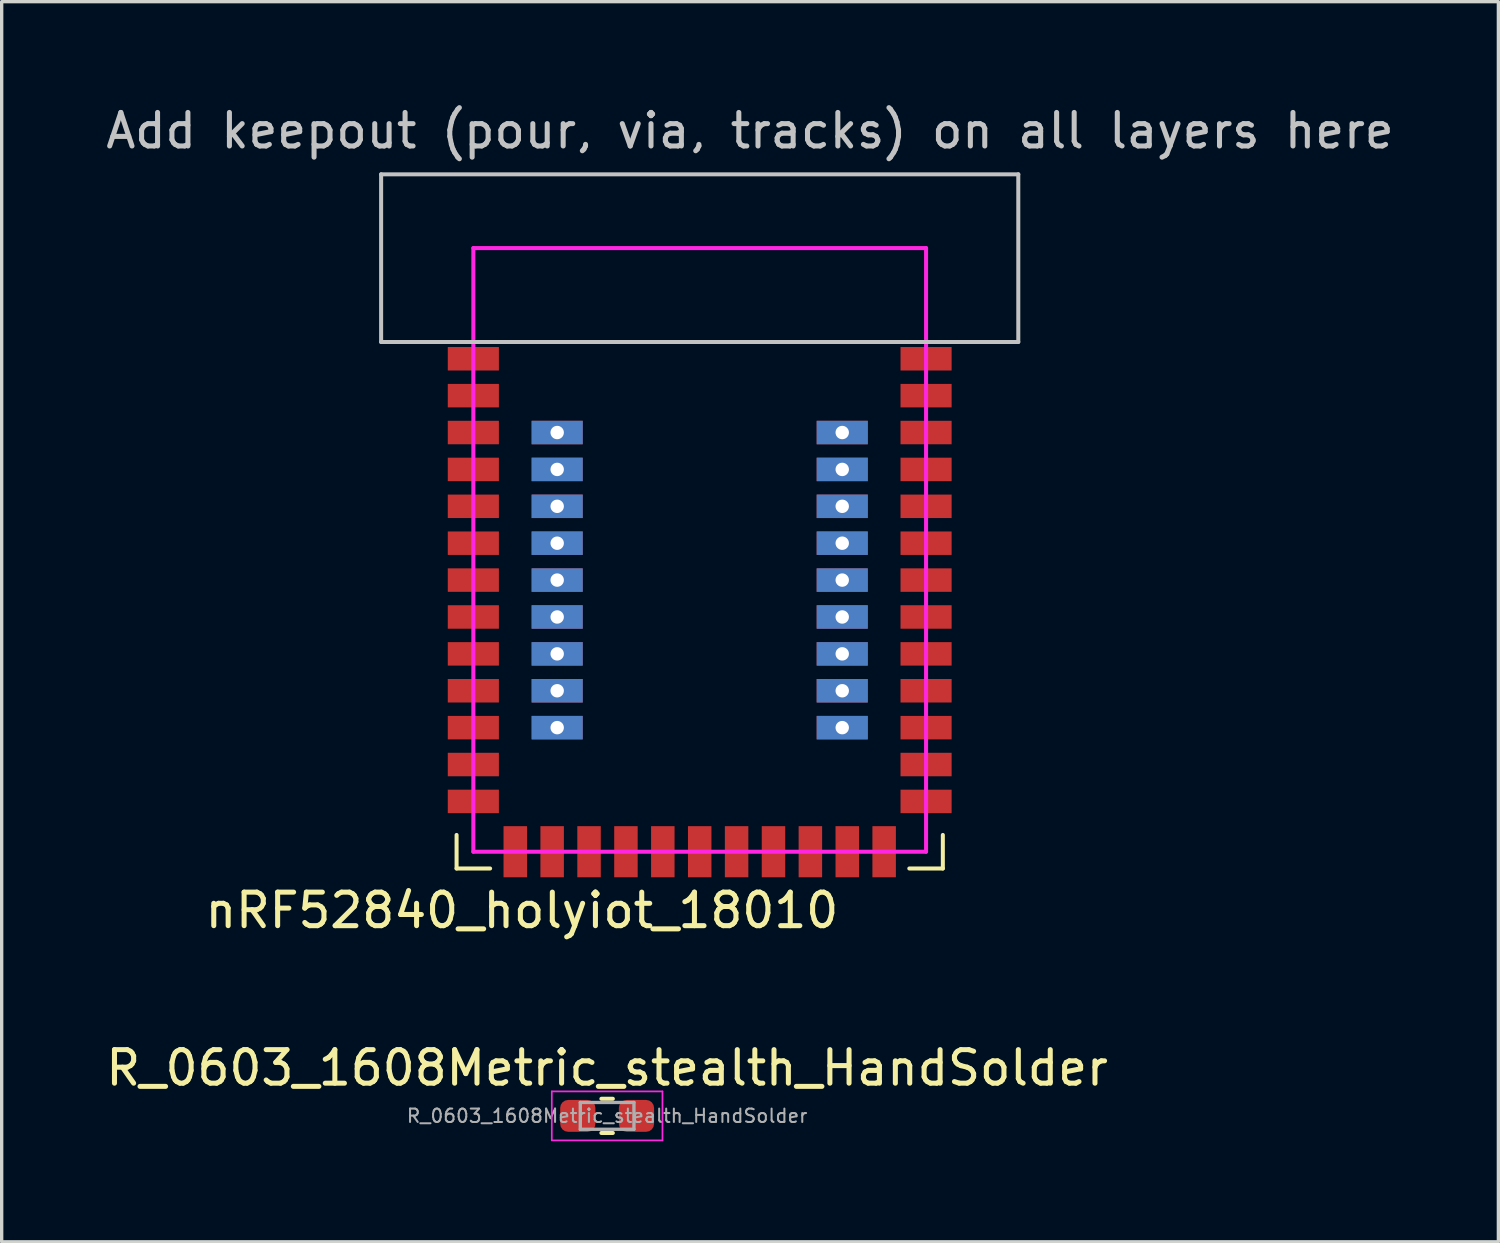
<source format=kicad_pcb>
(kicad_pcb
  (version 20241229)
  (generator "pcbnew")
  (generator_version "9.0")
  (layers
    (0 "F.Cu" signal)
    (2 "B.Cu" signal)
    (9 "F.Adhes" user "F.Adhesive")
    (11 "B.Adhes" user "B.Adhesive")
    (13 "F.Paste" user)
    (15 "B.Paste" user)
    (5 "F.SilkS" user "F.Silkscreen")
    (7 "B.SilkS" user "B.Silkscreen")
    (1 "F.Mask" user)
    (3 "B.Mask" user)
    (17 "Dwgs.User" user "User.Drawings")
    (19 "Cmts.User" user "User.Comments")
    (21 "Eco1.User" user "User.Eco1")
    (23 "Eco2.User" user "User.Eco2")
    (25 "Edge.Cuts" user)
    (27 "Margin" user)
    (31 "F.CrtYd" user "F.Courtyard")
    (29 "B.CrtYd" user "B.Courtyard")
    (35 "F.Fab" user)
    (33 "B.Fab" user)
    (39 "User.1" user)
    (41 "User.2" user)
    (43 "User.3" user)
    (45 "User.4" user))
  (footprint "nRF52840_holyiot_18010"
    (layer "F.Cu")
    (at 17.815 13.348)
    (property "Reference" "nRF52840_holyiot_18010" (at -5.3 10.75 0) (layer "F.SilkS") (effects (font (size 1 1) (thickness 0.15))))
    (attr through_hole)
    (fp_line (start -7.25 8.5) (end -7.25 9.5) (stroke (width 0.12) (type solid)) (layer "F.SilkS"))
    (fp_line (start -6.25 9.5) (end -7.25 9.5) (stroke (width 0.12) (type solid)) (layer "F.SilkS"))
    (fp_line (start 6.25 9.5) (end 7.25 9.5) (stroke (width 0.12) (type solid)) (layer "F.SilkS"))
    (fp_line (start 7.25 8.5) (end 7.25 9.5) (stroke (width 0.12) (type solid)) (layer "F.SilkS"))
    (fp_line (start -9.5 -11.2) (end 9.5 -11.2) (stroke (width 0.12) (type solid)) (layer "Dwgs.User"))
    (fp_line (start -9.5 -6.2) (end -9.5 -11.2) (stroke (width 0.12) (type solid)) (layer "Dwgs.User"))
    (fp_line (start 9.5 -11.2) (end 9.5 -6.2) (stroke (width 0.12) (type solid)) (layer "Dwgs.User"))
    (fp_line (start 9.5 -6.2) (end -9.5 -6.2) (stroke (width 0.12) (type solid)) (layer "Dwgs.User"))
    (fp_line (start -6.75 -9) (end 6.75 -9) (stroke (width 0.12) (type solid)) (layer "F.CrtYd"))
    (fp_line (start -6.75 9) (end -6.75 -9) (stroke (width 0.12) (type solid)) (layer "F.CrtYd"))
    (fp_line (start 6.75 -9) (end 6.75 9) (stroke (width 0.12) (type solid)) (layer "F.CrtYd"))
    (fp_line (start 6.75 9) (end -6.75 9) (stroke (width 0.12) (type solid)) (layer "F.CrtYd"))
    (fp_text user "Add keepout (pour, via, tracks) on all layers here" (at 1.5 -12.5 0) (layer "Dwgs.User") (effects (font (size 1 1) (thickness 0.15))))
    (pad "1" smd rect (at -6.75 -5.7) (size 1.524 0.7) (layers "F.Cu" "F.Mask" "F.Paste"))
    (pad "2" smd rect (at -6.75 -4.6) (size 1.524 0.7) (layers "F.Cu" "F.Mask" "F.Paste"))
    (pad "3" smd rect (at -6.75 -3.5) (size 1.524 0.7) (layers "F.Cu" "F.Mask" "F.Paste"))
    (pad "4" smd rect (at -6.75 -2.4) (size 1.524 0.7) (layers "F.Cu" "F.Mask" "F.Paste"))
    (pad "5" smd rect (at -6.75 -1.3) (size 1.524 0.7) (layers "F.Cu" "F.Mask" "F.Paste"))
    (pad "6" smd rect (at -6.75 -0.2) (size 1.524 0.7) (layers "F.Cu" "F.Mask" "F.Paste"))
    (pad "7" smd rect (at -6.75 0.9) (size 1.524 0.7) (layers "F.Cu" "F.Mask" "F.Paste"))
    (pad "8" smd rect (at -6.75 2) (size 1.524 0.7) (layers "F.Cu" "F.Mask" "F.Paste"))
    (pad "9" smd rect (at -6.75 3.1) (size 1.524 0.7) (layers "F.Cu" "F.Mask" "F.Paste"))
    (pad "10" smd rect (at -6.75 4.2) (size 1.524 0.7) (layers "F.Cu" "F.Mask" "F.Paste"))
    (pad "11" smd rect (at -6.75 5.3) (size 1.524 0.7) (layers "F.Cu" "F.Mask" "F.Paste"))
    (pad "12" smd rect (at -6.75 6.4) (size 1.524 0.7) (layers "F.Cu" "F.Mask" "F.Paste"))
    (pad "13" smd rect (at -6.75 7.5) (size 1.524 0.7) (layers "F.Cu" "F.Mask" "F.Paste"))
    (pad "14" smd rect (at -5.5 9 90) (size 1.524 0.7) (layers "F.Cu" "F.Mask" "F.Paste"))
    (pad "15" smd rect (at -4.4 9 90) (size 1.524 0.7) (layers "F.Cu" "F.Mask" "F.Paste"))
    (pad "16" smd rect (at -3.3 9 90) (size 1.524 0.7) (layers "F.Cu" "F.Mask" "F.Paste"))
    (pad "17" smd rect (at -2.2 9 90) (size 1.524 0.7) (layers "F.Cu" "F.Mask" "F.Paste"))
    (pad "18" smd rect (at -1.1 9 90) (size 1.524 0.7) (layers "F.Cu" "F.Mask" "F.Paste"))
    (pad "19" smd rect (at 0 9 90) (size 1.524 0.7) (layers "F.Cu" "F.Mask" "F.Paste"))
    (pad "20" smd rect (at 1.1 9 90) (size 1.524 0.7) (layers "F.Cu" "F.Mask" "F.Paste"))
    (pad "21" smd rect (at 2.2 9 90) (size 1.524 0.7) (layers "F.Cu" "F.Mask" "F.Paste"))
    (pad "22" smd rect (at 3.3 9 90) (size 1.524 0.7) (layers "F.Cu" "F.Mask" "F.Paste"))
    (pad "23" smd rect (at 4.4 9 90) (size 1.524 0.7) (layers "F.Cu" "F.Mask" "F.Paste"))
    (pad "24" smd rect (at 5.5 9 90) (size 1.524 0.7) (layers "F.Cu" "F.Mask" "F.Paste"))
    (pad "25" smd rect (at 6.75 7.5 180) (size 1.524 0.7) (layers "F.Cu" "F.Mask" "F.Paste"))
    (pad "26" smd rect (at 6.75 6.4 180) (size 1.524 0.7) (layers "F.Cu" "F.Mask" "F.Paste"))
    (pad "27" smd rect (at 6.75 5.3 180) (size 1.524 0.7) (layers "F.Cu" "F.Mask" "F.Paste"))
    (pad "28" smd rect (at 6.75 4.2 180) (size 1.524 0.7) (layers "F.Cu" "F.Mask" "F.Paste"))
    (pad "29" smd rect (at 6.75 3.1 180) (size 1.524 0.7) (layers "F.Cu" "F.Mask" "F.Paste"))
    (pad "30" smd rect (at 6.75 2 180) (size 1.524 0.7) (layers "F.Cu" "F.Mask" "F.Paste"))
    (pad "31" smd rect (at 6.75 0.9 180) (size 1.524 0.7) (layers "F.Cu" "F.Mask" "F.Paste"))
    (pad "32" smd rect (at 6.75 -0.2 180) (size 1.524 0.7) (layers "F.Cu" "F.Mask" "F.Paste"))
    (pad "33" smd rect (at 6.75 -1.3 180) (size 1.524 0.7) (layers "F.Cu" "F.Mask" "F.Paste"))
    (pad "34" smd rect (at 6.75 -2.4 180) (size 1.524 0.7) (layers "F.Cu" "F.Mask" "F.Paste"))
    (pad "35" smd rect (at 6.75 -3.5 180) (size 1.524 0.7) (layers "F.Cu" "F.Mask" "F.Paste"))
    (pad "36" smd rect (at 6.75 -4.6 180) (size 1.524 0.7) (layers "F.Cu" "F.Mask" "F.Paste"))
    (pad "37" smd rect (at 6.75 -5.7 180) (size 1.524 0.7) (layers "F.Cu" "F.Mask" "F.Paste"))
    (pad "38" thru_hole rect (at -4.25 -3.5 180) (size 1.524 0.7) (drill 0.4) (layers "*.Cu" "*.Mask"))
    (pad "39" thru_hole rect (at -4.25 -2.4 180) (size 1.524 0.7) (drill 0.4) (layers "*.Cu" "*.Mask"))
    (pad "40" thru_hole rect (at -4.25 -1.3 180) (size 1.524 0.7) (drill 0.4) (layers "*.Cu" "*.Mask"))
    (pad "41" thru_hole rect (at -4.25 -0.2 180) (size 1.524 0.7) (drill 0.4) (layers "*.Cu" "*.Mask"))
    (pad "42" thru_hole rect (at -4.25 0.9 180) (size 1.524 0.7) (drill 0.4) (layers "*.Cu" "*.Mask"))
    (pad "43" thru_hole rect (at -4.25 2 180) (size 1.524 0.7) (drill 0.4) (layers "*.Cu" "*.Mask"))
    (pad "44" thru_hole rect (at -4.25 3.1 180) (size 1.524 0.7) (drill 0.4) (layers "*.Cu" "*.Mask"))
    (pad "45" thru_hole rect (at -4.25 4.2 180) (size 1.524 0.7) (drill 0.4) (layers "*.Cu" "*.Mask"))
    (pad "46" thru_hole rect (at -4.25 5.3 180) (size 1.524 0.7) (drill 0.4) (layers "*.Cu" "*.Mask"))
    (pad "47" thru_hole rect (at 4.25 -3.5 180) (size 1.524 0.7) (drill 0.4) (layers "*.Cu" "*.Mask"))
    (pad "48" thru_hole rect (at 4.25 -2.4 180) (size 1.524 0.7) (drill 0.4) (layers "*.Cu" "*.Mask"))
    (pad "49" thru_hole rect (at 4.25 -1.3 180) (size 1.524 0.7) (drill 0.4) (layers "*.Cu" "*.Mask"))
    (pad "50" thru_hole rect (at 4.25 -0.2 180) (size 1.524 0.7) (drill 0.4) (layers "*.Cu" "*.Mask"))
    (pad "51" thru_hole rect (at 4.25 0.9 180) (size 1.524 0.7) (drill 0.4) (layers "*.Cu" "*.Mask"))
    (pad "52" thru_hole rect (at 4.25 2 180) (size 1.524 0.7) (drill 0.4) (layers "*.Cu" "*.Mask"))
    (pad "53" thru_hole rect (at 4.25 3.1 180) (size 1.524 0.7) (drill 0.4) (layers "*.Cu" "*.Mask"))
    (pad "54" thru_hole rect (at 4.25 4.2 180) (size 1.524 0.7) (drill 0.4) (layers "*.Cu" "*.Mask"))
    (pad "55" thru_hole rect (at 4.25 5.3 180) (size 1.524 0.7) (drill 0.4) (layers "*.Cu" "*.Mask")))
  (footprint "R_0603_1608Metric_stealth_HandSolder"
    (layer "F.Cu")
    (at 15.054 30.225)
    (property "Reference" "R_0603_1608Metric_stealth_HandSolder" (at 0 -1.43 0) (layer "F.SilkS") (effects (font (size 1 1) (thickness 0.15))))
    (attr smd)
    (fp_line (start -0.171 -0.51) (end 0.171 -0.51) (stroke (width 0.12) (type solid)) (layer "F.SilkS"))
    (fp_line (start -0.171 0.51) (end 0.171 0.51) (stroke (width 0.12) (type solid)) (layer "F.SilkS"))
    (fp_line (start -1.65 -0.73) (end 1.65 -0.73) (stroke (width 0.05) (type solid)) (layer "F.CrtYd"))
    (fp_line (start -1.65 0.73) (end -1.65 -0.73) (stroke (width 0.05) (type solid)) (layer "F.CrtYd"))
    (fp_line (start 1.65 -0.73) (end 1.65 0.73) (stroke (width 0.05) (type solid)) (layer "F.CrtYd"))
    (fp_line (start 1.65 0.73) (end -1.65 0.73) (stroke (width 0.05) (type solid)) (layer "F.CrtYd"))
    (fp_line (start -0.8 -0.4) (end 0.8 -0.4) (stroke (width 0.1) (type solid)) (layer "F.Fab"))
    (fp_line (start -0.8 0.4) (end -0.8 -0.4) (stroke (width 0.1) (type solid)) (layer "F.Fab"))
    (fp_line (start 0.8 -0.4) (end 0.8 0.4) (stroke (width 0.1) (type solid)) (layer "F.Fab"))
    (fp_line (start 0.8 0.4) (end -0.8 0.4) (stroke (width 0.1) (type solid)) (layer "F.Fab"))
    (fp_text user "${REFERENCE}" (at 0 0 0) (layer "F.Fab") (effects (font (size 0.4 0.4) (thickness 0.06))))
    (pad "1" smd roundrect (at -0.875 0) (size 1.05 0.95) (layers "F.Cu" "F.Mask" "F.Paste") (roundrect_rratio 0.25))
    (pad "2" smd roundrect (at 0.875 0) (size 1.05 0.95) (layers "F.Cu" "F.Mask" "F.Paste") (roundrect_rratio 0.25)))
  (gr_rect
    (start -3 -3)
    (end 41.631 33.98)
    (stroke (width 0.1) (type default))
    (fill no)
    (layer "Edge.Cuts")))
</source>
